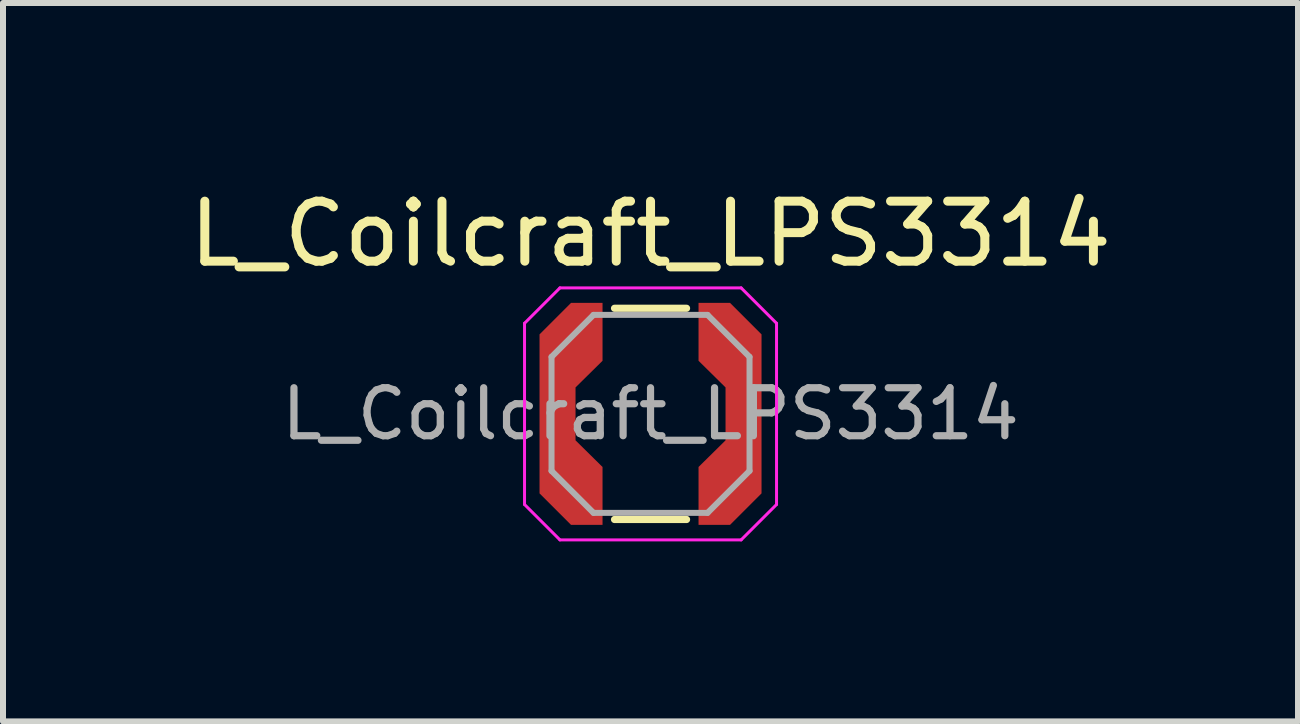
<source format=kicad_pcb>
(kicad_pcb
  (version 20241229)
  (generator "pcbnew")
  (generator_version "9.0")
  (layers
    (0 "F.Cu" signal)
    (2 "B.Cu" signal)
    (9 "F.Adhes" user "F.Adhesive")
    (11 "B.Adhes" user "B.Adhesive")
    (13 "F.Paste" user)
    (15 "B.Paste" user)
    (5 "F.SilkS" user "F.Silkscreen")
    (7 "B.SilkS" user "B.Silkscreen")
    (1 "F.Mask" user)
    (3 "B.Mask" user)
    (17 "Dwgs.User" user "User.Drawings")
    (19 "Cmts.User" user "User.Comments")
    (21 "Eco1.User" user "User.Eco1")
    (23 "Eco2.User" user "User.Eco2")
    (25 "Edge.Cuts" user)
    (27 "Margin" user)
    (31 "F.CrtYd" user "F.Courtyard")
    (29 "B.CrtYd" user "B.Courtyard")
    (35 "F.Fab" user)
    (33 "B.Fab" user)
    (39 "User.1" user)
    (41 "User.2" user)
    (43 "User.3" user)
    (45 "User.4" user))
  (footprint "L_Coilcraft_LPS3314"
    (layer "F.Cu")
    (at 7.792 3.848)
    (property "Reference" "L_Coilcraft_LPS3314" (at 0 -3 0) (layer "F.SilkS") (effects (font (size 1 1) (thickness 0.15))))
    (attr smd)
    (fp_line (start -0.6 -1.76) (end 0.6 -1.76) (stroke (width 0.12) (type solid)) (layer "F.SilkS"))
    (fp_line (start -0.6 1.76) (end 0.6 1.76) (stroke (width 0.12) (type solid)) (layer "F.SilkS"))
    (fp_line (start -2.1 -1.51) (end -2.1 1.51) (stroke (width 0.05) (type solid)) (layer "F.CrtYd"))
    (fp_line (start -1.51 -2.1) (end -2.1 -1.51) (stroke (width 0.05) (type solid)) (layer "F.CrtYd"))
    (fp_line (start -1.51 -2.1) (end 1.51 -2.1) (stroke (width 0.05) (type solid)) (layer "F.CrtYd"))
    (fp_line (start -1.51 2.1) (end -2.1 1.51) (stroke (width 0.05) (type solid)) (layer "F.CrtYd"))
    (fp_line (start -1.51 2.1) (end 1.51 2.1) (stroke (width 0.05) (type solid)) (layer "F.CrtYd"))
    (fp_line (start 1.51 -2.1) (end 2.1 -1.51) (stroke (width 0.05) (type solid)) (layer "F.CrtYd"))
    (fp_line (start 1.51 2.1) (end 2.1 1.51) (stroke (width 0.05) (type solid)) (layer "F.CrtYd"))
    (fp_line (start 2.1 -1.51) (end 2.1 1.51) (stroke (width 0.05) (type solid)) (layer "F.CrtYd"))
    (fp_line (start -1.65 -0.95) (end -0.95 -1.65) (stroke (width 0.1) (type solid)) (layer "F.Fab"))
    (fp_line (start -1.65 0.95) (end -1.65 -0.95) (stroke (width 0.1) (type solid)) (layer "F.Fab"))
    (fp_line (start -1.65 0.95) (end -0.95 1.65) (stroke (width 0.1) (type solid)) (layer "F.Fab"))
    (fp_line (start -0.95 -1.65) (end 0.95 -1.65) (stroke (width 0.1) (type solid)) (layer "F.Fab"))
    (fp_line (start 0.95 -1.65) (end 1.65 -0.95) (stroke (width 0.1) (type solid)) (layer "F.Fab"))
    (fp_line (start 0.95 1.65) (end -0.95 1.65) (stroke (width 0.1) (type solid)) (layer "F.Fab"))
    (fp_line (start 0.95 1.65) (end 1.65 0.95) (stroke (width 0.1) (type solid)) (layer "F.Fab"))
    (fp_line (start 1.65 -0.95) (end 1.65 0.95) (stroke (width 0.1) (type solid)) (layer "F.Fab"))
    (fp_text user "${REFERENCE}" (at 0 0 0) (layer "F.Fab") (effects (font (size 0.8 0.8) (thickness 0.12))))
    (pad "1" smd custom (at -1.55 0) (size 0.6 0.881) (layers "F.Cu" "F.Mask" "F.Paste") (options (anchor rect)) (primitives (gr_poly (pts (xy 0.75 -0.885) (xy 0.3 -0.441) (xy 0.3 0.441) (xy 0.75 0.885) (xy 0.75 1.85) (xy 0.225 1.85) (xy -0.3 1.325) (xy -0.3 -1.325) (xy 0.225 -1.85) (xy 0.75 -1.85)) (width 0) (fill yes))))
    (pad "2" smd custom (at 1.55 0 180) (size 0.6 0.881) (layers "F.Cu" "F.Mask" "F.Paste") (options (anchor rect)) (primitives (gr_poly (pts (xy 0.75 -0.885) (xy 0.3 -0.441) (xy 0.3 0.441) (xy 0.75 0.885) (xy 0.75 1.85) (xy 0.225 1.85) (xy -0.3 1.325) (xy -0.3 -1.325) (xy 0.225 -1.85) (xy 0.75 -1.85)) (width 0) (fill yes)))))
  (gr_rect
    (start -3 -3)
    (end 18.583 8.973)
    (stroke (width 0.1) (type default))
    (fill no)
    (layer "Edge.Cuts")))
</source>
